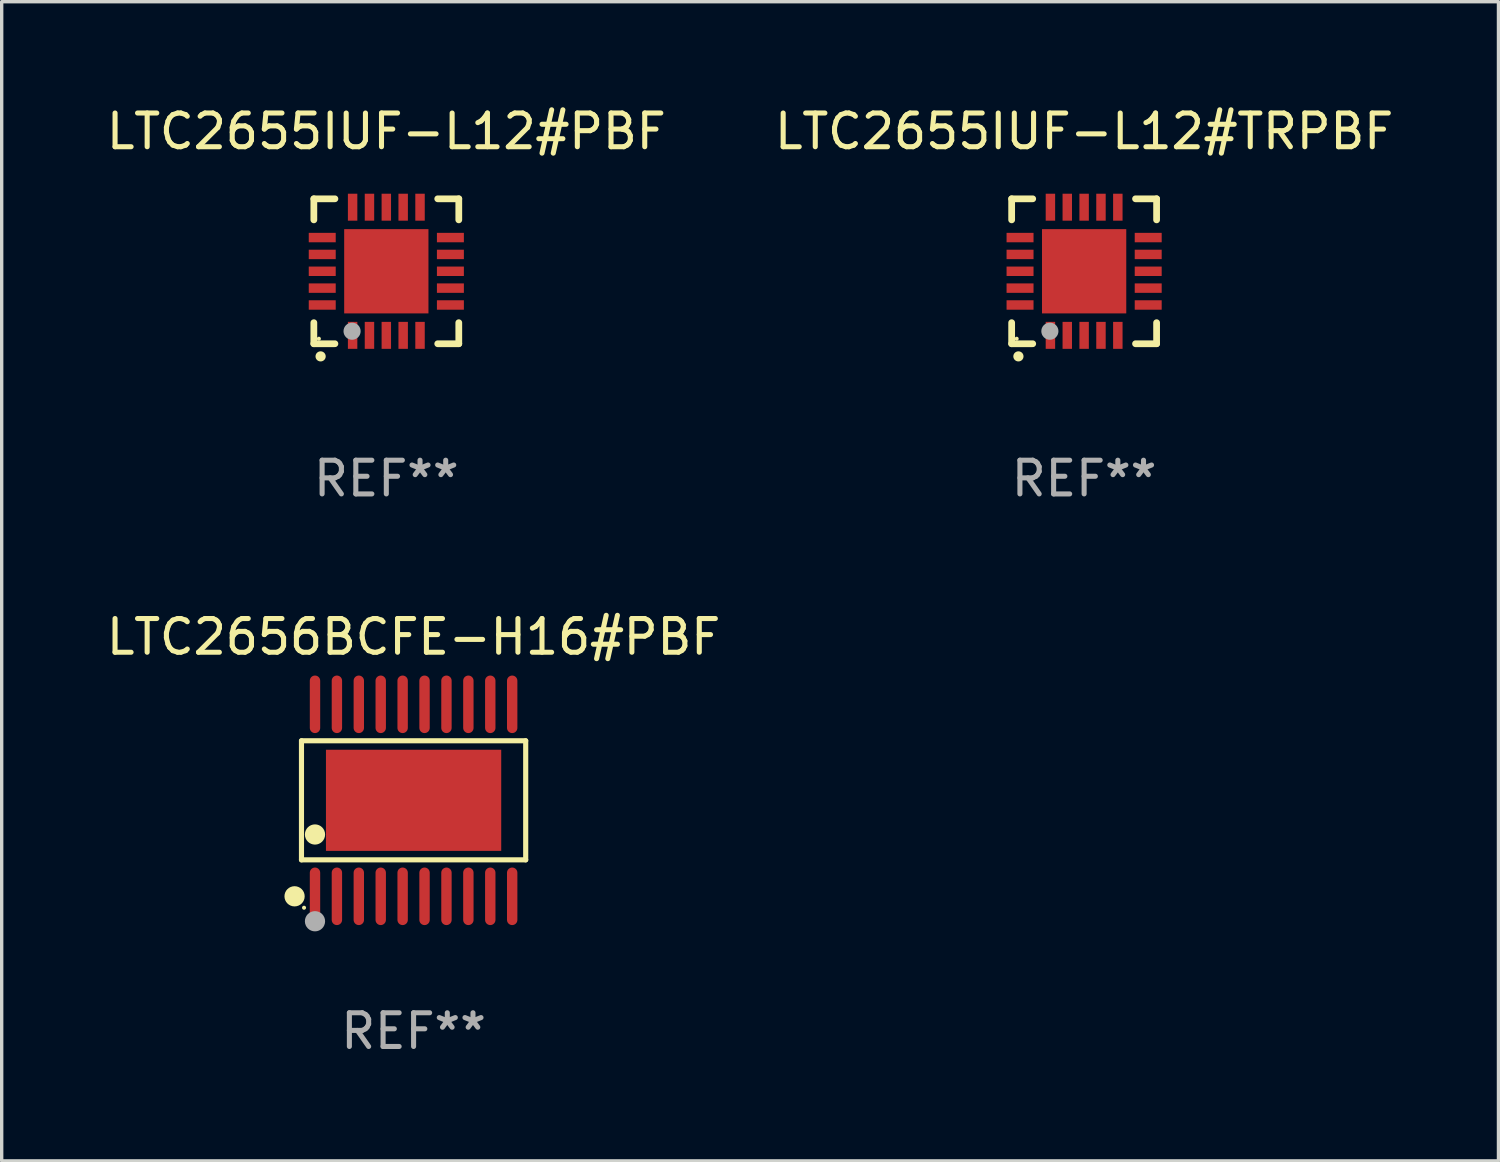
<source format=kicad_pcb>
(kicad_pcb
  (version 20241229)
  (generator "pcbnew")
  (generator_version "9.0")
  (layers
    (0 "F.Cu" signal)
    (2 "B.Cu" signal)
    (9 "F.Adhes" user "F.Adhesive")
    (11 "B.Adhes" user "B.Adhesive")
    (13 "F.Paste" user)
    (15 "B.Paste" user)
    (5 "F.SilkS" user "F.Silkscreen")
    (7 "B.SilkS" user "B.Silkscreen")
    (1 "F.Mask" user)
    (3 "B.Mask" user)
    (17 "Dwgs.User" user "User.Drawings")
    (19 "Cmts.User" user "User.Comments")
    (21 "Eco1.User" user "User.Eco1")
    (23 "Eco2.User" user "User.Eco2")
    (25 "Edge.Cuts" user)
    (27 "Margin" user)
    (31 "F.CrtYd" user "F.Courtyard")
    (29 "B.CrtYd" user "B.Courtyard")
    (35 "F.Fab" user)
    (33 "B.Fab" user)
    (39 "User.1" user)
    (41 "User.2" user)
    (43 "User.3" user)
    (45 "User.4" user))
  (footprint "LTC2655IUF-L12#TRPBF"
    (layer "F.Cu")
    (at 29.113 4.998)
    (property "Reference" "LTC2655IUF-L12#TRPBF" (at 0 -4.15 0) (layer "F.SilkS") (effects (font (size 1 1) (thickness 0.15))))
    (attr through_hole)
    (fp_line (start -2.15 -2.15) (end -2.15 -1.525) (stroke (width 0.2) (type solid)) (layer "F.SilkS"))
    (fp_line (start -2.15 2.15) (end -2.15 1.525) (stroke (width 0.2) (type solid)) (layer "F.SilkS"))
    (fp_line (start -1.525 -2.15) (end -2.15 -2.15) (stroke (width 0.2) (type solid)) (layer "F.SilkS"))
    (fp_line (start -1.525 2.15) (end -2.15 2.15) (stroke (width 0.2) (type solid)) (layer "F.SilkS"))
    (fp_line (start 1.525 2.15) (end 2.15 2.15) (stroke (width 0.2) (type solid)) (layer "F.SilkS"))
    (fp_line (start 2.15 -2.15) (end 1.525 -2.15) (stroke (width 0.2) (type solid)) (layer "F.SilkS"))
    (fp_line (start 2.15 -1.525) (end 2.15 -2.15) (stroke (width 0.2) (type solid)) (layer "F.SilkS"))
    (fp_line (start 2.15 2.15) (end 2.15 1.525) (stroke (width 0.2) (type solid)) (layer "F.SilkS"))
    (fp_arc (start -1.950724 2.524765) (mid -1.949454 2.52476) (end -1.948184 2.524765) (stroke (width 0.3) (type solid)) (layer "F.SilkS"))
    (fp_circle (center -2.001 2.001) (end -1.971 2.001) (stroke (width 0.06) (type solid)) (fill no) (layer "F.SilkS"))
    (fp_circle (center -1.016 1.778) (end -0.889 1.778) (stroke (width 0.254) (type solid)) (fill no) (layer "F.Fab"))
    (fp_text user "REF**" (at 0 6.15 0) (layer "F.Fab") (effects (font (size 1 1) (thickness 0.15))))
    (pad "1" smd rect (at -1 1.901) (size 0.28 0.8) (layers "F.Cu" "F.Mask" "F.Paste"))
    (pad "2" smd rect (at -0.5 1.901) (size 0.28 0.8) (layers "F.Cu" "F.Mask" "F.Paste"))
    (pad "3" smd rect (at 0 1.901) (size 0.28 0.8) (layers "F.Cu" "F.Mask" "F.Paste"))
    (pad "4" smd rect (at 0.5 1.901) (size 0.28 0.8) (layers "F.Cu" "F.Mask" "F.Paste"))
    (pad "5" smd rect (at 1 1.901) (size 0.28 0.8) (layers "F.Cu" "F.Mask" "F.Paste"))
    (pad "6" smd rect (at 1.901 1) (size 0.8 0.28) (layers "F.Cu" "F.Mask" "F.Paste"))
    (pad "7" smd rect (at 1.901 0.5) (size 0.8 0.28) (layers "F.Cu" "F.Mask" "F.Paste"))
    (pad "8" smd rect (at 1.901 0) (size 0.8 0.28) (layers "F.Cu" "F.Mask" "F.Paste"))
    (pad "9" smd rect (at 1.901 -0.5) (size 0.8 0.28) (layers "F.Cu" "F.Mask" "F.Paste"))
    (pad "10" smd rect (at 1.901 -1) (size 0.8 0.28) (layers "F.Cu" "F.Mask" "F.Paste"))
    (pad "11" smd rect (at 1 -1.901) (size 0.28 0.8) (layers "F.Cu" "F.Mask" "F.Paste"))
    (pad "12" smd rect (at 0.5 -1.901) (size 0.28 0.8) (layers "F.Cu" "F.Mask" "F.Paste"))
    (pad "13" smd rect (at 0 -1.901) (size 0.28 0.8) (layers "F.Cu" "F.Mask" "F.Paste"))
    (pad "14" smd rect (at -0.5 -1.901) (size 0.28 0.8) (layers "F.Cu" "F.Mask" "F.Paste"))
    (pad "15" smd rect (at -1 -1.901) (size 0.28 0.8) (layers "F.Cu" "F.Mask" "F.Paste"))
    (pad "16" smd rect (at -1.901 -1) (size 0.8 0.28) (layers "F.Cu" "F.Mask" "F.Paste"))
    (pad "17" smd rect (at -1.901 -0.5) (size 0.8 0.28) (layers "F.Cu" "F.Mask" "F.Paste"))
    (pad "18" smd rect (at -1.901 0) (size 0.8 0.28) (layers "F.Cu" "F.Mask" "F.Paste"))
    (pad "19" smd rect (at -1.901 0.5) (size 0.8 0.28) (layers "F.Cu" "F.Mask" "F.Paste"))
    (pad "20" smd rect (at -1.901 1) (size 0.8 0.28) (layers "F.Cu" "F.Mask" "F.Paste"))
    (pad "21" smd rect (at 0 0) (size 2.5 2.5) (layers "F.Cu" "F.Mask" "F.Paste")))
  (footprint "LTC2655IUF-L12#PBF"
    (layer "F.Cu")
    (at 8.411 4.998)
    (property "Reference" "LTC2655IUF-L12#PBF" (at 0 -4.15 0) (layer "F.SilkS") (effects (font (size 1 1) (thickness 0.15))))
    (attr through_hole)
    (fp_line (start -2.15 -2.15) (end -2.15 -1.525) (stroke (width 0.2) (type solid)) (layer "F.SilkS"))
    (fp_line (start -2.15 2.15) (end -2.15 1.525) (stroke (width 0.2) (type solid)) (layer "F.SilkS"))
    (fp_line (start -1.525 -2.15) (end -2.15 -2.15) (stroke (width 0.2) (type solid)) (layer "F.SilkS"))
    (fp_line (start -1.525 2.15) (end -2.15 2.15) (stroke (width 0.2) (type solid)) (layer "F.SilkS"))
    (fp_line (start 1.525 2.15) (end 2.15 2.15) (stroke (width 0.2) (type solid)) (layer "F.SilkS"))
    (fp_line (start 2.15 -2.15) (end 1.525 -2.15) (stroke (width 0.2) (type solid)) (layer "F.SilkS"))
    (fp_line (start 2.15 -1.525) (end 2.15 -2.15) (stroke (width 0.2) (type solid)) (layer "F.SilkS"))
    (fp_line (start 2.15 2.15) (end 2.15 1.525) (stroke (width 0.2) (type solid)) (layer "F.SilkS"))
    (fp_arc (start -1.950724 2.524765) (mid -1.949454 2.52476) (end -1.948184 2.524765) (stroke (width 0.3) (type solid)) (layer "F.SilkS"))
    (fp_circle (center -2.001 2.001) (end -1.971 2.001) (stroke (width 0.06) (type solid)) (fill no) (layer "F.SilkS"))
    (fp_circle (center -1.016 1.778) (end -0.889 1.778) (stroke (width 0.254) (type solid)) (fill no) (layer "F.Fab"))
    (fp_text user "REF**" (at 0 6.15 0) (layer "F.Fab") (effects (font (size 1 1) (thickness 0.15))))
    (pad "1" smd rect (at -1 1.901) (size 0.28 0.8) (layers "F.Cu" "F.Mask" "F.Paste"))
    (pad "2" smd rect (at -0.5 1.901) (size 0.28 0.8) (layers "F.Cu" "F.Mask" "F.Paste"))
    (pad "3" smd rect (at 0 1.901) (size 0.28 0.8) (layers "F.Cu" "F.Mask" "F.Paste"))
    (pad "4" smd rect (at 0.5 1.901) (size 0.28 0.8) (layers "F.Cu" "F.Mask" "F.Paste"))
    (pad "5" smd rect (at 1 1.901) (size 0.28 0.8) (layers "F.Cu" "F.Mask" "F.Paste"))
    (pad "6" smd rect (at 1.901 1) (size 0.8 0.28) (layers "F.Cu" "F.Mask" "F.Paste"))
    (pad "7" smd rect (at 1.901 0.5) (size 0.8 0.28) (layers "F.Cu" "F.Mask" "F.Paste"))
    (pad "8" smd rect (at 1.901 0) (size 0.8 0.28) (layers "F.Cu" "F.Mask" "F.Paste"))
    (pad "9" smd rect (at 1.901 -0.5) (size 0.8 0.28) (layers "F.Cu" "F.Mask" "F.Paste"))
    (pad "10" smd rect (at 1.901 -1) (size 0.8 0.28) (layers "F.Cu" "F.Mask" "F.Paste"))
    (pad "11" smd rect (at 1 -1.901) (size 0.28 0.8) (layers "F.Cu" "F.Mask" "F.Paste"))
    (pad "12" smd rect (at 0.5 -1.901) (size 0.28 0.8) (layers "F.Cu" "F.Mask" "F.Paste"))
    (pad "13" smd rect (at 0 -1.901) (size 0.28 0.8) (layers "F.Cu" "F.Mask" "F.Paste"))
    (pad "14" smd rect (at -0.5 -1.901) (size 0.28 0.8) (layers "F.Cu" "F.Mask" "F.Paste"))
    (pad "15" smd rect (at -1 -1.901) (size 0.28 0.8) (layers "F.Cu" "F.Mask" "F.Paste"))
    (pad "16" smd rect (at -1.901 -1) (size 0.8 0.28) (layers "F.Cu" "F.Mask" "F.Paste"))
    (pad "17" smd rect (at -1.901 -0.5) (size 0.8 0.28) (layers "F.Cu" "F.Mask" "F.Paste"))
    (pad "18" smd rect (at -1.901 0) (size 0.8 0.28) (layers "F.Cu" "F.Mask" "F.Paste"))
    (pad "19" smd rect (at -1.901 0.5) (size 0.8 0.28) (layers "F.Cu" "F.Mask" "F.Paste"))
    (pad "20" smd rect (at -1.901 1) (size 0.8 0.28) (layers "F.Cu" "F.Mask" "F.Paste"))
    (pad "21" smd rect (at 0 0) (size 2.5 2.5) (layers "F.Cu" "F.Mask" "F.Paste")))
  (footprint "LTC2656BCFE-H16#PBF"
    (layer "F.Cu")
    (at 9.22 20.693)
    (property "Reference" "LTC2656BCFE-H16#PBF" (at 0 -4.848 0) (layer "F.SilkS") (effects (font (size 1 1) (thickness 0.15))))
    (attr through_hole)
    (fp_line (start -3.326 -1.766) (end 3.326 -1.766) (stroke (width 0.152) (type solid)) (layer "F.SilkS"))
    (fp_line (start -3.326 1.766) (end -3.326 -1.766) (stroke (width 0.152) (type solid)) (layer "F.SilkS"))
    (fp_line (start 3.326 -1.766) (end 3.326 1.766) (stroke (width 0.152) (type solid)) (layer "F.SilkS"))
    (fp_line (start 3.326 1.766) (end -3.326 1.766) (stroke (width 0.152) (type solid)) (layer "F.SilkS"))
    (fp_circle (center -3.531 2.848) (end -3.381 2.848) (stroke (width 0.3) (type solid)) (fill no) (layer "F.SilkS"))
    (fp_circle (center -3.25 3.187) (end -3.22 3.187) (stroke (width 0.06) (type solid)) (fill no) (layer "F.SilkS"))
    (fp_circle (center -2.925 1.014) (end -2.775 1.014) (stroke (width 0.3) (type solid)) (fill no) (layer "F.SilkS"))
    (fp_circle (center -2.925 3.588) (end -2.775 3.588) (stroke (width 0.3) (type solid)) (fill no) (layer "F.Fab"))
    (fp_text user "REF**" (at 0 6.848 0) (layer "F.Fab") (effects (font (size 1 1) (thickness 0.15))))
    (pad "1" smd oval (at -2.925 2.848) (size 0.308 1.707) (layers "F.Cu" "F.Mask" "F.Paste"))
    (pad "2" smd oval (at -2.275 2.848) (size 0.308 1.707) (layers "F.Cu" "F.Mask" "F.Paste"))
    (pad "3" smd oval (at -1.625 2.848) (size 0.308 1.707) (layers "F.Cu" "F.Mask" "F.Paste"))
    (pad "4" smd oval (at -0.975 2.848) (size 0.308 1.707) (layers "F.Cu" "F.Mask" "F.Paste"))
    (pad "5" smd oval (at -0.325 2.848) (size 0.308 1.707) (layers "F.Cu" "F.Mask" "F.Paste"))
    (pad "6" smd oval (at 0.325 2.848) (size 0.308 1.707) (layers "F.Cu" "F.Mask" "F.Paste"))
    (pad "7" smd oval (at 0.975 2.848) (size 0.308 1.707) (layers "F.Cu" "F.Mask" "F.Paste"))
    (pad "8" smd oval (at 1.625 2.848) (size 0.308 1.707) (layers "F.Cu" "F.Mask" "F.Paste"))
    (pad "9" smd oval (at 2.275 2.848) (size 0.308 1.707) (layers "F.Cu" "F.Mask" "F.Paste"))
    (pad "10" smd oval (at 2.925 2.848) (size 0.308 1.707) (layers "F.Cu" "F.Mask" "F.Paste"))
    (pad "11" smd oval (at 2.925 -2.848) (size 0.308 1.707) (layers "F.Cu" "F.Mask" "F.Paste"))
    (pad "12" smd oval (at 2.275 -2.848) (size 0.308 1.707) (layers "F.Cu" "F.Mask" "F.Paste"))
    (pad "13" smd oval (at 1.625 -2.848) (size 0.308 1.707) (layers "F.Cu" "F.Mask" "F.Paste"))
    (pad "14" smd oval (at 0.975 -2.848) (size 0.308 1.707) (layers "F.Cu" "F.Mask" "F.Paste"))
    (pad "15" smd oval (at 0.325 -2.848) (size 0.308 1.707) (layers "F.Cu" "F.Mask" "F.Paste"))
    (pad "16" smd oval (at -0.325 -2.848) (size 0.308 1.707) (layers "F.Cu" "F.Mask" "F.Paste"))
    (pad "17" smd oval (at -0.975 -2.848) (size 0.308 1.707) (layers "F.Cu" "F.Mask" "F.Paste"))
    (pad "18" smd oval (at -1.625 -2.848) (size 0.308 1.707) (layers "F.Cu" "F.Mask" "F.Paste"))
    (pad "19" smd oval (at -2.275 -2.848) (size 0.308 1.707) (layers "F.Cu" "F.Mask" "F.Paste"))
    (pad "20" smd oval (at -2.925 -2.848) (size 0.308 1.707) (layers "F.Cu" "F.Mask" "F.Paste"))
    (pad "21" smd rect (at 0 0) (size 5.2 3) (layers "F.Cu" "F.Mask" "F.Paste")))
  (gr_rect
    (start -3 -3)
    (end 41.405 31.39)
    (stroke (width 0.1) (type default))
    (fill no)
    (layer "Edge.Cuts")))
</source>
